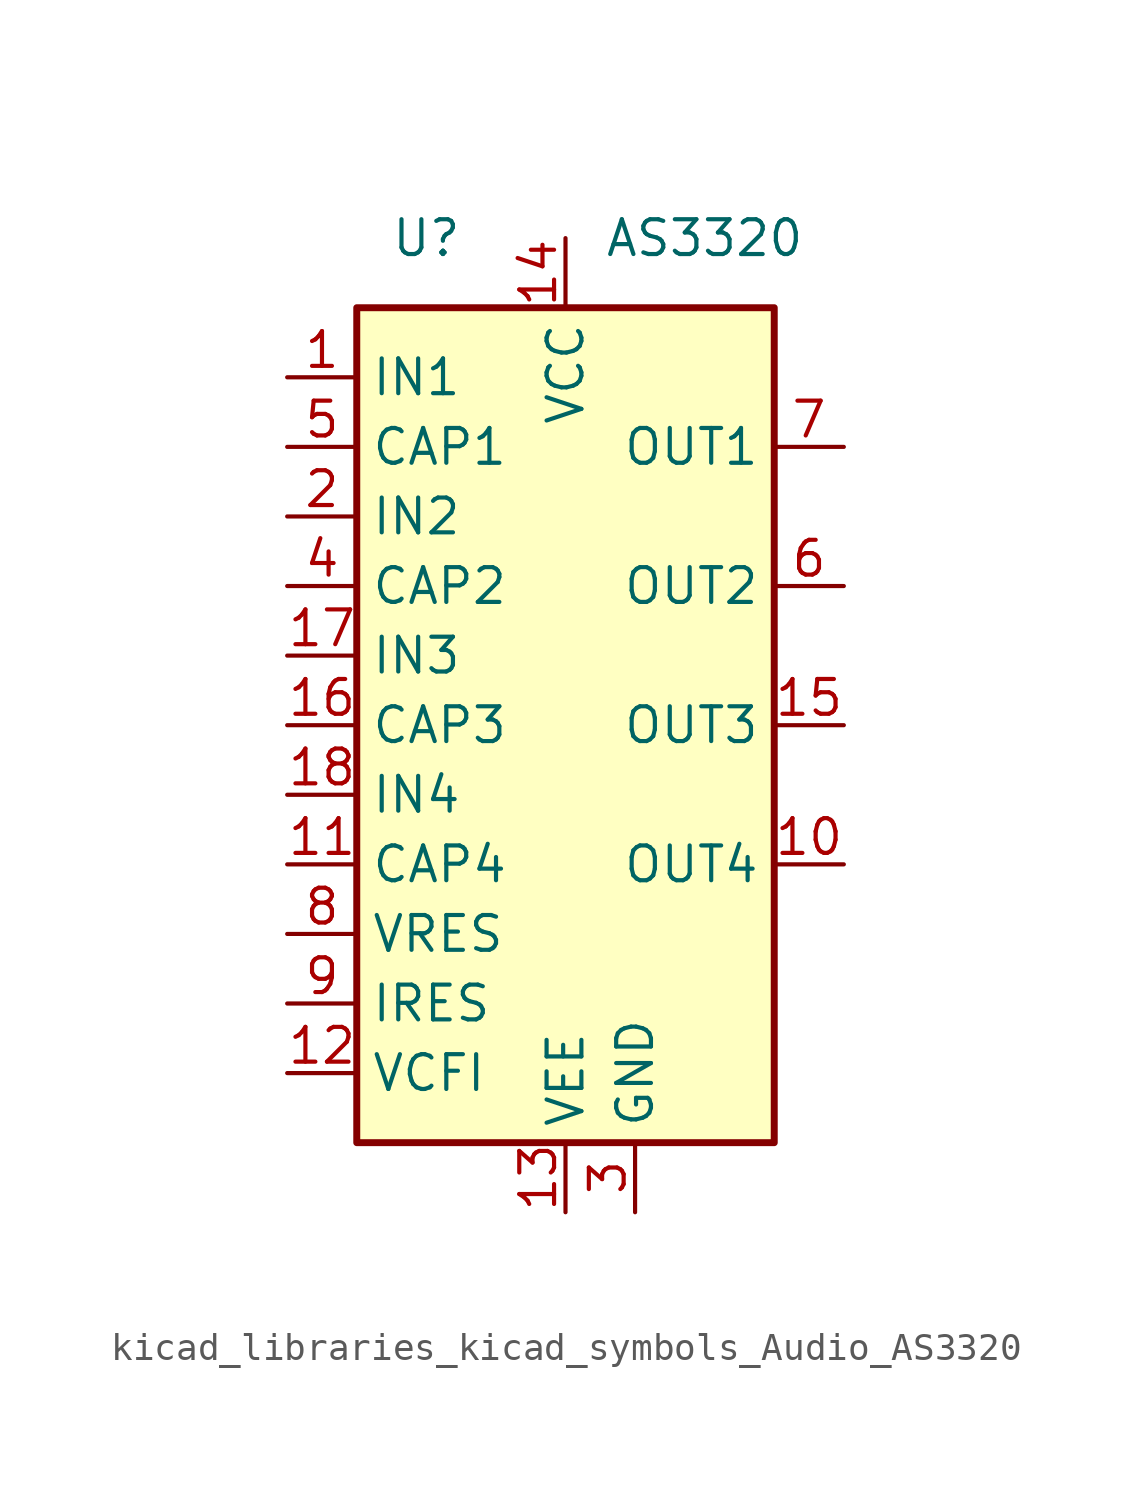
<source format=kicad_sym>
(kicad_symbol_lib
  (version 20220914)
  (generator kicad_symbol_editor)
  (symbol "kicad_libraries_kicad_symbols_Audio_AS3320"
    (property "Reference" "U"
      (at -5.08 17.78 0)
      (effects (font (size 1.27 1.27))))
    (property "Value" "AS3320"
      (at 5.08 17.78 0)
      (effects (font (size 1.27 1.27))))
    (symbol "kicad_libraries_kicad_symbols_Audio_AS3320_0_1"
      (rectangle (start -7.62 15.24) (end 7.62 -15.24) (stroke (width 0.254) (type default)) (fill (type background))))
    (symbol "kicad_libraries_kicad_symbols_Audio_AS3320_1_1"
      (pin input line (at -10.16 12.7 0) (length 2.54) (name "IN1" (effects (font (size 1.27 1.27)))) (number "1" (effects (font (size 1.27 1.27)))))
      (pin output line (at 10.16 -5.08 180) (length 2.54) (name "OUT4" (effects (font (size 1.27 1.27)))) (number "10" (effects (font (size 1.27 1.27)))))
      (pin passive line (at -10.16 -5.08 0) (length 2.54) (name "CAP4" (effects (font (size 1.27 1.27)))) (number "11" (effects (font (size 1.27 1.27)))))
      (pin input line (at -10.16 -12.7 0) (length 2.54) (name "VCFI" (effects (font (size 1.27 1.27)))) (number "12" (effects (font (size 1.27 1.27)))))
      (pin power_in line (at 0 -17.78 90) (length 2.54) (name "VEE" (effects (font (size 1.27 1.27)))) (number "13" (effects (font (size 1.27 1.27)))))
      (pin power_in line (at 0 17.78 270) (length 2.54) (name "VCC" (effects (font (size 1.27 1.27)))) (number "14" (effects (font (size 1.27 1.27)))))
      (pin output line (at 10.16 0 180) (length 2.54) (name "OUT3" (effects (font (size 1.27 1.27)))) (number "15" (effects (font (size 1.27 1.27)))))
      (pin passive line (at -10.16 0 0) (length 2.54) (name "CAP3" (effects (font (size 1.27 1.27)))) (number "16" (effects (font (size 1.27 1.27)))))
      (pin input line (at -10.16 2.54 0) (length 2.54) (name "IN3" (effects (font (size 1.27 1.27)))) (number "17" (effects (font (size 1.27 1.27)))))
      (pin input line (at -10.16 -2.54 0) (length 2.54) (name "IN4" (effects (font (size 1.27 1.27)))) (number "18" (effects (font (size 1.27 1.27)))))
      (pin input line (at -10.16 7.62 0) (length 2.54) (name "IN2" (effects (font (size 1.27 1.27)))) (number "2" (effects (font (size 1.27 1.27)))))
      (pin power_in line (at 2.54 -17.78 90) (length 2.54) (name "GND" (effects (font (size 1.27 1.27)))) (number "3" (effects (font (size 1.27 1.27)))))
      (pin passive line (at -10.16 5.08 0) (length 2.54) (name "CAP2" (effects (font (size 1.27 1.27)))) (number "4" (effects (font (size 1.27 1.27)))))
      (pin passive line (at -10.16 10.16 0) (length 2.54) (name "CAP1" (effects (font (size 1.27 1.27)))) (number "5" (effects (font (size 1.27 1.27)))))
      (pin output line (at 10.16 5.08 180) (length 2.54) (name "OUT2" (effects (font (size 1.27 1.27)))) (number "6" (effects (font (size 1.27 1.27)))))
      (pin output line (at 10.16 10.16 180) (length 2.54) (name "OUT1" (effects (font (size 1.27 1.27)))) (number "7" (effects (font (size 1.27 1.27)))))
      (pin input line (at -10.16 -7.62 0) (length 2.54) (name "VRES" (effects (font (size 1.27 1.27)))) (number "8" (effects (font (size 1.27 1.27)))))
      (pin input line (at -10.16 -10.16 0) (length 2.54) (name "IRES" (effects (font (size 1.27 1.27)))) (number "9" (effects (font (size 1.27 1.27))))))))
</source>
